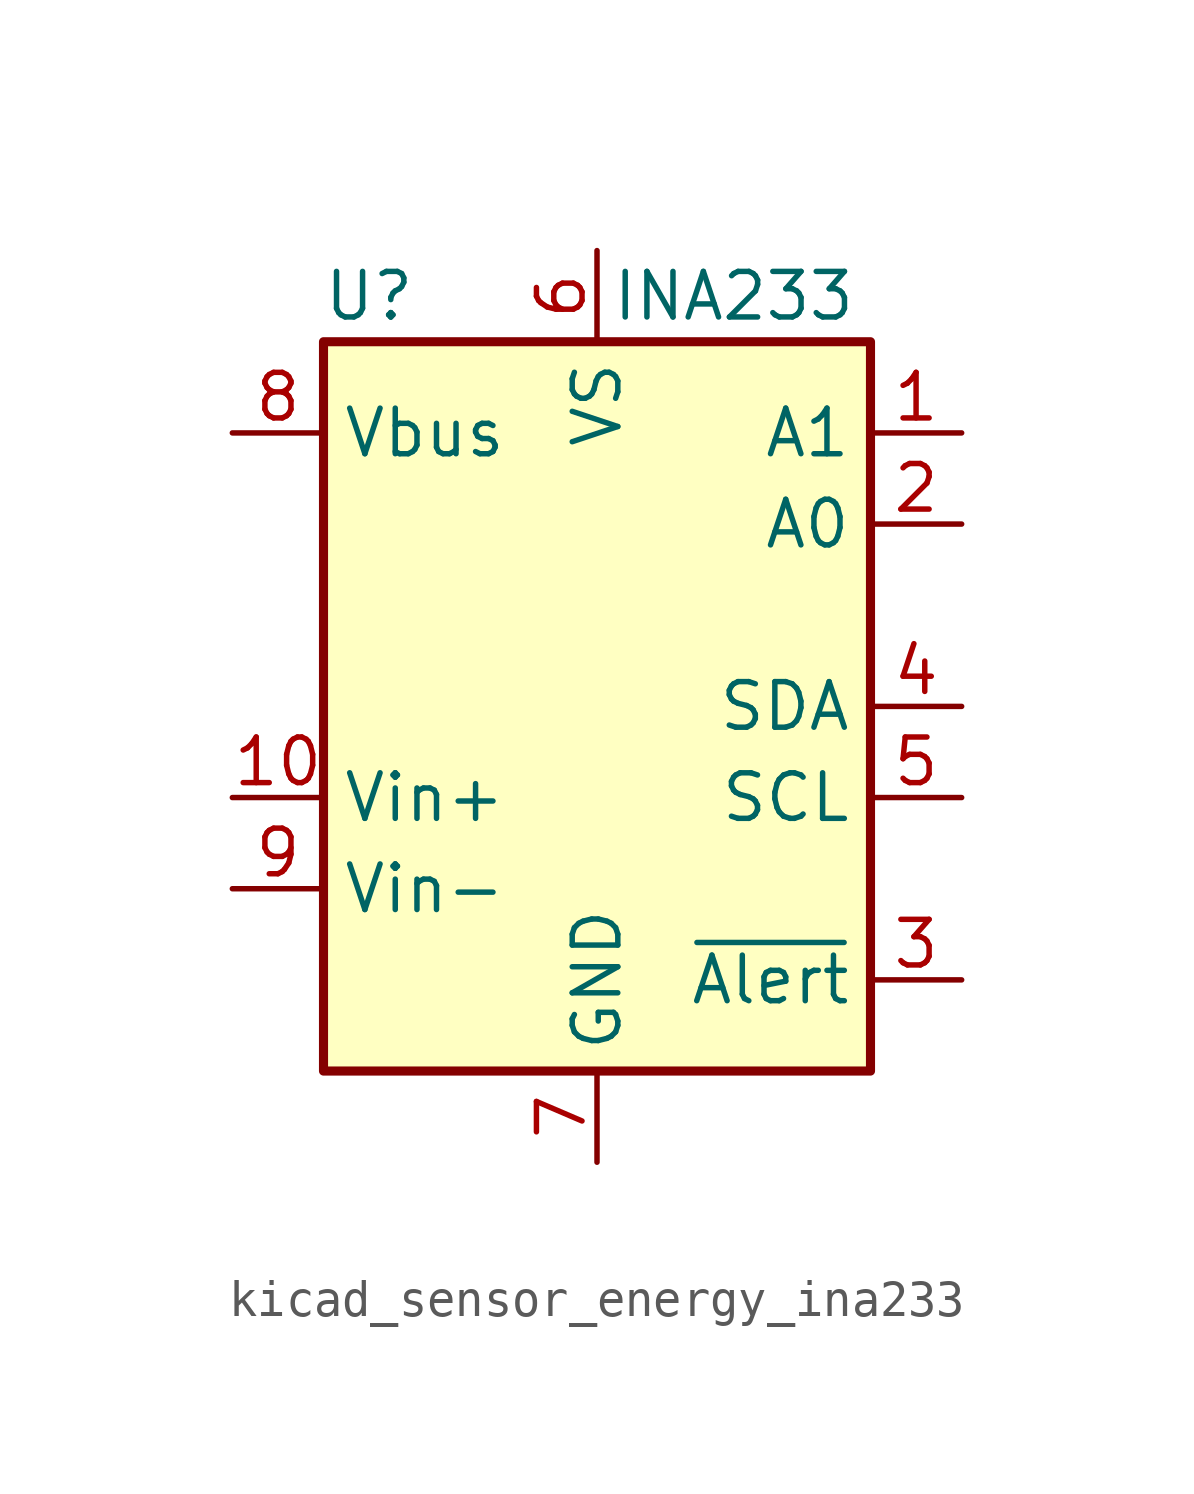
<source format=kicad_sym>
(kicad_symbol_lib
  (version 20220914)
  (generator kicad_symbol_editor)
  (symbol "kicad_sensor_energy_ina233"
    (property "Reference" "U"
      (at -6.35 11.43 0)
      (effects (font (size 1.27 1.27))))
    (property "Value" "INA233"
      (at 3.81 11.43 0)
      (effects (font (size 1.27 1.27))))
    (symbol "kicad_sensor_energy_ina233_0_1"
      (rectangle (start 7.62 10.16) (end -7.62 -10.16) (stroke (width 0.254) (type default)) (fill (type background))))
    (symbol "kicad_sensor_energy_ina233_1_1"
      (pin input line (at 10.16 7.62 180) (length 2.54) (name "A1" (effects (font (size 1.27 1.27)))) (number "1" (effects (font (size 1.27 1.27)))))
      (pin input line (at -10.16 -2.54 0) (length 2.54) (name "Vin+" (effects (font (size 1.27 1.27)))) (number "10" (effects (font (size 1.27 1.27)))))
      (pin input line (at 10.16 5.08 180) (length 2.54) (name "A0" (effects (font (size 1.27 1.27)))) (number "2" (effects (font (size 1.27 1.27)))))
      (pin open_collector line (at 10.16 -7.62 180) (length 2.54) (name "~{Alert}" (effects (font (size 1.27 1.27)))) (number "3" (effects (font (size 1.27 1.27)))))
      (pin bidirectional line (at 10.16 0 180) (length 2.54) (name "SDA" (effects (font (size 1.27 1.27)))) (number "4" (effects (font (size 1.27 1.27)))))
      (pin input line (at 10.16 -2.54 180) (length 2.54) (name "SCL" (effects (font (size 1.27 1.27)))) (number "5" (effects (font (size 1.27 1.27)))))
      (pin power_in line (at 0 12.7 270) (length 2.54) (name "VS" (effects (font (size 1.27 1.27)))) (number "6" (effects (font (size 1.27 1.27)))))
      (pin power_in line (at 0 -12.7 90) (length 2.54) (name "GND" (effects (font (size 1.27 1.27)))) (number "7" (effects (font (size 1.27 1.27)))))
      (pin input line (at -10.16 7.62 0) (length 2.54) (name "Vbus" (effects (font (size 1.27 1.27)))) (number "8" (effects (font (size 1.27 1.27)))))
      (pin input line (at -10.16 -5.08 0) (length 2.54) (name "Vin-" (effects (font (size 1.27 1.27)))) (number "9" (effects (font (size 1.27 1.27))))))))
</source>
